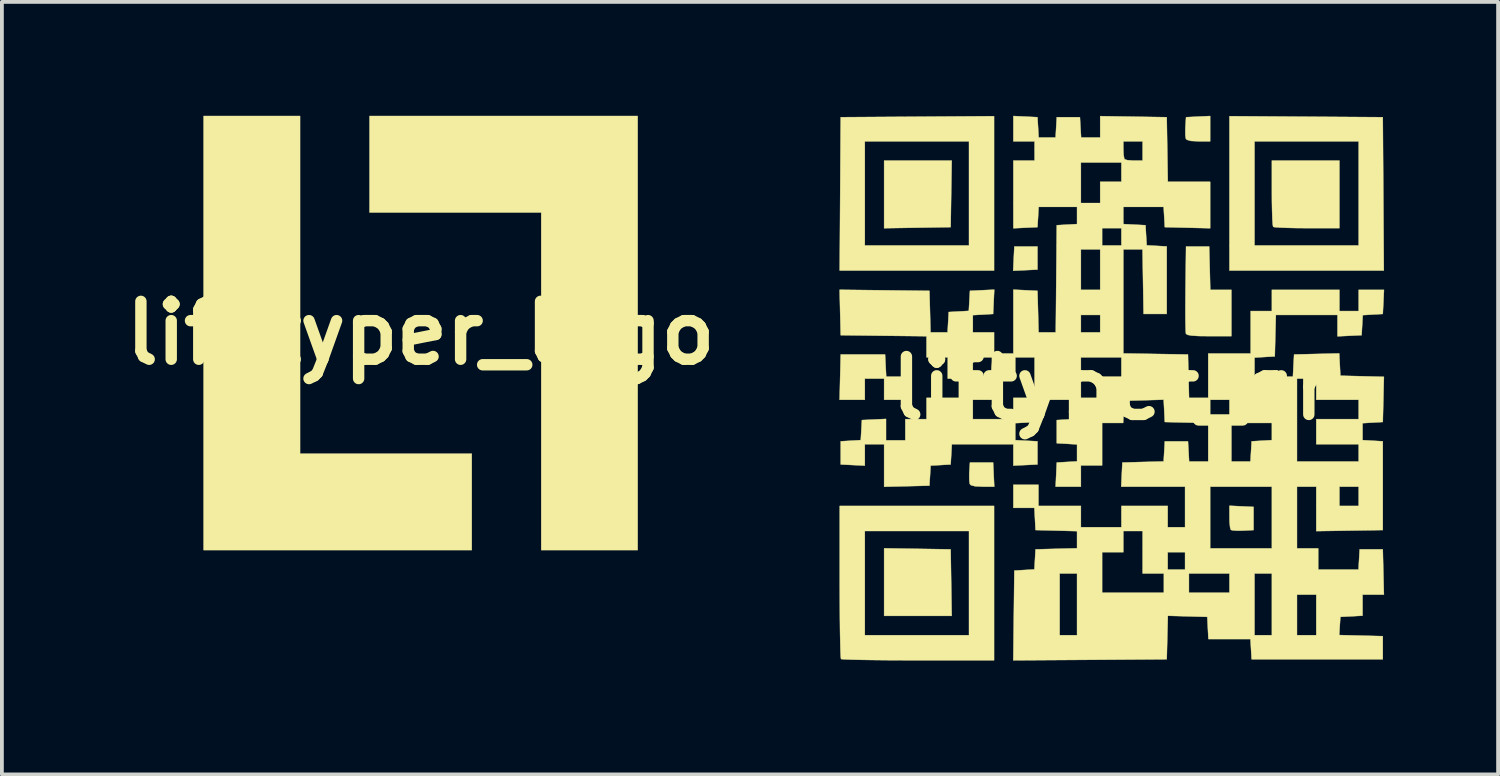
<source format=kicad_pcb>
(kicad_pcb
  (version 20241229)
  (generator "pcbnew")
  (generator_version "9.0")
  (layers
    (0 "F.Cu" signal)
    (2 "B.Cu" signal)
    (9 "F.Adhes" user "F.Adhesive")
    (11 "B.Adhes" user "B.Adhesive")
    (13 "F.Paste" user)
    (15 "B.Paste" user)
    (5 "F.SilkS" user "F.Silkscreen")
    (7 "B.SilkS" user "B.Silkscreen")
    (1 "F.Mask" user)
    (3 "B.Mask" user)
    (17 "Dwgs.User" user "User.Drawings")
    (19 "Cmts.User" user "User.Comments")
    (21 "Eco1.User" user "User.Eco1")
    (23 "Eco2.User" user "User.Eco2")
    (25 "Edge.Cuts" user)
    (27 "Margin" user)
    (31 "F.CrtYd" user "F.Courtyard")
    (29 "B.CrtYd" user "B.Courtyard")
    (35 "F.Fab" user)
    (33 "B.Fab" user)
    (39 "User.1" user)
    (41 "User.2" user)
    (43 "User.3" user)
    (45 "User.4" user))
  (footprint "liftyper_qr"
    (layer "F.Cu")
    (at 26.224 7.173)
    (property "Reference" "liftyper_qr" (at 0 0 0) (layer "F.SilkS") (effects (font (size 1.524 1.524) (thickness 0.3))))
    (attr through_hole)
    (fp_poly (pts (xy -4.242 4.242) (xy -4.228 5.118) (xy -4.214 5.994) (xy -5.994 5.994) (xy -5.994 4.214) (xy -4.242 4.242)) (stroke (width 0.01) (type solid)) (fill yes) (layer "F.SilkS"))
    (fp_poly (pts (xy -4.228 -5.118) (xy -4.242 -4.242) (xy -5.118 -4.228) (xy -5.994 -4.214) (xy -5.994 -5.994) (xy -4.214 -5.994) (xy -4.228 -5.118)) (stroke (width 0.01) (type solid)) (fill yes) (layer "F.SilkS"))
    (fp_poly (pts (xy -1.956 -3.124) (xy -2.276 -3.109) (xy -2.596 -3.094) (xy -2.581 -3.414) (xy -2.565 -3.734) (xy -1.956 -3.734) (xy -1.956 -3.124)) (stroke (width 0.01) (type solid)) (fill yes) (layer "F.SilkS"))
    (fp_poly (pts (xy -3.094 2.591) (xy -3.403 2.591) (xy -3.602 2.581) (xy -3.711 2.551) (xy -3.738 2.521) (xy -3.751 2.431) (xy -3.753 2.283) (xy -3.75 2.203) (xy -3.734 1.956) (xy -3.124 1.956) (xy -3.094 2.591)) (stroke (width 0.01) (type solid)) (fill yes) (layer "F.SilkS"))
    (fp_poly (pts (xy -5.939 -0.305) (xy -5.385 -0.305) (xy -5.385 0.305) (xy -5.994 0.305) (xy -5.994 -0.254) (xy -6.502 -0.254) (xy -6.502 0.305) (xy -7.166 0.305) (xy -7.152 -0.292) (xy -7.137 -0.889) (xy -5.969 -0.889) (xy -5.939 -0.305)) (stroke (width 0.01) (type solid)) (fill yes) (layer "F.SilkS"))
    (fp_poly (pts (xy -3.099 -3.099) (xy -7.164 -3.099) (xy -7.142 -6.502) (xy -6.502 -6.502) (xy -6.502 -3.759) (xy -3.759 -3.759) (xy -3.759 -6.502) (xy -6.502 -6.502) (xy -7.142 -6.502) (xy -7.137 -7.137) (xy -3.099 -7.164) (xy -3.099 -3.099)) (stroke (width 0.01) (type solid)) (fill yes) (layer "F.SilkS"))
    (fp_poly (pts (xy 2.591 -6.502) (xy 2.284 -6.502) (xy 2.086 -6.512) (xy 1.977 -6.543) (xy 1.951 -6.572) (xy 1.938 -6.662) (xy 1.937 -6.81) (xy 1.94 -6.89) (xy 1.956 -7.137) (xy 2.273 -7.153) (xy 2.591 -7.168) (xy 2.591 -6.502)) (stroke (width 0.01) (type solid)) (fill yes) (layer "F.SilkS"))
    (fp_poly (pts (xy 3.416 3.109) (xy 3.734 3.124) (xy 3.734 3.734) (xy 3.452 3.749) (xy 3.291 3.751) (xy 3.173 3.741) (xy 3.135 3.728) (xy 3.115 3.661) (xy 3.102 3.525) (xy 3.099 3.393) (xy 3.099 3.094) (xy 3.416 3.109)) (stroke (width 0.01) (type solid)) (fill yes) (layer "F.SilkS"))
    (fp_poly (pts (xy 7.137 -7.137) (xy 7.151 -5.118) (xy 7.164 -3.099) (xy 3.099 -3.099) (xy 3.099 -6.502) (xy 3.759 -6.502) (xy 3.759 -3.759) (xy 6.502 -3.759) (xy 6.502 -6.502) (xy 3.759 -6.502) (xy 3.099 -6.502) (xy 3.099 -7.164) (xy 7.137 -7.137)) (stroke (width 0.01) (type solid)) (fill yes) (layer "F.SilkS"))
    (fp_poly (pts (xy 5.994 -4.216) (xy 5.139 -4.216) (xy 4.854 -4.218) (xy 4.605 -4.224) (xy 4.41 -4.232) (xy 4.286 -4.242) (xy 4.25 -4.25) (xy 4.239 -4.31) (xy 4.229 -4.454) (xy 4.222 -4.664) (xy 4.217 -4.924) (xy 4.216 -5.139) (xy 4.216 -5.994) (xy 5.994 -5.994) (xy 5.994 -4.216)) (stroke (width 0.01) (type solid)) (fill yes) (layer "F.SilkS"))
    (fp_poly (pts (xy 2.58 -3.162) (xy 2.594 -2.591) (xy 3.15 -2.591) (xy 3.15 -1.372) (xy 2.564 -1.372) (xy 2.287 -1.375) (xy 2.101 -1.387) (xy 1.993 -1.407) (xy 1.953 -1.436) (xy 1.947 -1.504) (xy 1.942 -1.658) (xy 1.939 -1.882) (xy 1.939 -2.161) (xy 1.941 -2.479) (xy 1.942 -2.617) (xy 1.956 -3.734) (xy 2.565 -3.734) (xy 2.58 -3.162)) (stroke (width 0.01) (type solid)) (fill yes) (layer "F.SilkS"))
    (fp_poly (pts (xy -3.099 7.163) (xy -5.097 7.163) (xy -5.538 7.162) (xy -5.947 7.16) (xy -6.313 7.156) (xy -6.624 7.151) (xy -6.871 7.145) (xy -7.041 7.138) (xy -7.123 7.131) (xy -7.129 7.129) (xy -7.136 7.072) (xy -7.143 6.925) (xy -7.149 6.699) (xy -7.155 6.404) (xy -7.159 6.052) (xy -7.161 5.653) (xy -7.163 5.22) (xy -7.163 5.097) (xy -7.163 3.759) (xy -6.502 3.759) (xy -6.502 6.502) (xy -3.759 6.502) (xy -3.759 3.759) (xy -6.502 3.759) (xy -7.163 3.759) (xy -7.163 3.099) (xy -3.099 3.099) (xy -3.099 7.163)) (stroke (width 0.01) (type solid)) (fill yes) (layer "F.SilkS"))
    (fp_poly (pts (xy -2.273 -7.153) (xy -1.956 -7.137) (xy -1.94 -6.871) (xy -1.925 -6.604) (xy -1.479 -6.604) (xy -1.448 -7.137) (xy -0.838 -7.137) (xy -0.823 -6.871) (xy -0.807 -6.604) (xy -0.305 -6.604) (xy -0.305 -7.165) (xy 1.448 -7.137) (xy 1.476 -5.436) (xy 2.591 -5.436) (xy 2.591 -4.213) (xy 1.397 -4.242) (xy 1.366 -4.775) (xy 0.305 -4.775) (xy 0.305 -4.323) (xy 0.597 -4.308) (xy 0.889 -4.293) (xy 0.904 -4.028) (xy 0.92 -3.764) (xy 1.184 -3.749) (xy 1.448 -3.734) (xy 1.448 -1.956) (xy 0.838 -1.956) (xy 0.824 -2.807) (xy 0.81 -3.658) (xy 0.305 -3.658) (xy 0.305 -0.917) (xy 1.156 -0.903) (xy 2.007 -0.889) (xy 2.021 -0.318) (xy 2.035 0.254) (xy 2.54 0.254) (xy 2.54 -0.254) (xy 4.877 -0.254) (xy 4.877 1.93) (xy 6.502 1.93) (xy 6.502 1.473) (xy 5.385 1.473) (xy 5.385 0.813) (xy 6.502 0.813) (xy 6.502 0.305) (xy 5.385 0.305) (xy 5.385 -0.254) (xy 4.877 -0.254) (xy 2.54 -0.254) (xy 2.54 -0.914) (xy 3.658 -0.914) (xy 3.658 -2.032) (xy 4.216 -2.032) (xy 4.216 -2.591) (xy 5.994 -2.591) (xy 5.994 -2.032) (xy 6.502 -2.032) (xy 6.502 -2.591) (xy 6.835 -2.591) (xy 7.168 -2.591) (xy 7.153 -2.273) (xy 7.137 -1.956) (xy 6.873 -1.941) (xy 6.609 -1.925) (xy 6.594 -1.661) (xy 6.579 -1.397) (xy 5.944 -1.367) (xy 5.944 -1.93) (xy 4.321 -1.93) (xy 4.307 -1.384) (xy 4.293 -0.838) (xy 4.026 -0.823) (xy 3.759 -0.807) (xy 3.759 -0.305) (xy 4.77 -0.305) (xy 4.785 -0.597) (xy 4.801 -0.889) (xy 5.989 -0.918) (xy 6.02 -0.33) (xy 6.593 -0.316) (xy 7.166 -0.301) (xy 7.152 0.294) (xy 7.137 0.889) (xy 6.871 0.904) (xy 6.604 0.92) (xy 6.604 1.366) (xy 7.137 1.397) (xy 7.137 3.734) (xy 6.261 3.748) (xy 5.385 3.762) (xy 5.385 2.591) (xy 5.994 2.591) (xy 5.994 3.099) (xy 6.502 3.099) (xy 6.502 2.591) (xy 5.994 2.591) (xy 5.385 2.591) (xy 4.877 2.591) (xy 4.877 4.216) (xy 5.436 4.216) (xy 5.436 4.775) (xy 6.497 4.775) (xy 6.528 4.242) (xy 7.137 4.242) (xy 7.166 5.436) (xy 6.604 5.436) (xy 6.604 5.989) (xy 6.312 6.005) (xy 6.02 6.02) (xy 6.004 6.259) (xy 5.989 6.499) (xy 6.563 6.513) (xy 7.137 6.528) (xy 7.137 7.137) (xy 3.683 7.137) (xy 3.652 6.604) (xy 2.545 6.604) (xy 2.515 6.02) (xy 1.477 5.991) (xy 1.448 7.137) (xy -0.572 7.151) (xy -2.593 7.164) (xy -2.579 5.982) (xy -2.566 4.877) (xy -1.372 4.877) (xy -1.372 6.502) (xy -0.914 6.502) (xy -0.914 4.877) (xy -1.372 4.877) (xy -2.566 4.877) (xy -2.565 4.801) (xy -2.037 4.77) (xy -2.011 4.318) (xy -0.254 4.318) (xy -0.254 5.385) (xy 1.372 5.385) (xy 1.372 4.877) (xy 2.032 4.877) (xy 2.032 5.385) (xy 3.099 5.385) (xy 3.099 4.877) (xy 3.759 4.877) (xy 3.759 6.502) (xy 4.216 6.502) (xy 4.216 5.436) (xy 4.877 5.436) (xy 4.877 6.502) (xy 5.385 6.502) (xy 5.385 5.436) (xy 4.877 5.436) (xy 4.216 5.436) (xy 4.216 4.877) (xy 3.759 4.877) (xy 3.099 4.877) (xy 2.032 4.877) (xy 1.372 4.877) (xy 0.813 4.877) (xy 0.813 4.318) (xy 1.473 4.318) (xy 1.473 4.775) (xy 1.93 4.775) (xy 1.93 4.318) (xy 1.473 4.318) (xy 0.813 4.318) (xy 0.813 3.759) (xy 0.305 3.759) (xy 0.305 4.318) (xy -0.254 4.318) (xy -2.011 4.318) (xy -2.007 4.242) (xy -0.914 4.213) (xy -0.914 3.763) (xy -1.46 3.748) (xy -2.007 3.734) (xy -2.022 3.442) (xy -2.037 3.15) (xy -2.591 3.15) (xy -2.591 2.54) (xy -1.93 2.54) (xy -1.93 3.099) (xy -0.813 3.099) (xy -0.813 3.658) (xy 0.254 3.658) (xy 0.254 3.099) (xy 1.473 3.099) (xy 1.473 3.658) (xy 1.93 3.658) (xy 1.93 2.591) (xy 2.591 2.591) (xy 2.591 4.216) (xy 4.216 4.216) (xy 4.216 2.591) (xy 2.591 2.591) (xy 1.93 2.591) (xy 0.249 2.591) (xy 0.264 2.273) (xy 0.279 1.956) (xy 0.823 1.941) (xy 1.366 1.927) (xy 1.382 1.662) (xy 1.397 1.397) (xy 2.007 1.397) (xy 2.022 1.664) (xy 2.037 1.93) (xy 2.54 1.93) (xy 2.54 0.918) (xy 2.408 0.914) (xy 3.15 0.914) (xy 3.15 1.93) (xy 3.652 1.93) (xy 3.683 1.397) (xy 4.216 1.366) (xy 4.216 0.914) (xy 3.15 0.914) (xy 2.408 0.914) (xy 1.968 0.903) (xy 1.397 0.889) (xy 1.382 0.595) (xy 1.367 0.305) (xy 2.591 0.305) (xy 2.591 0.813) (xy 3.099 0.813) (xy 3.099 0.305) (xy 2.591 0.305) (xy 1.367 0.305) (xy 1.366 0.301) (xy 0.848 0.316) (xy 0.33 0.33) (xy 0.315 0.622) (xy 0.3 0.914) (xy -0.254 0.914) (xy -0.254 2.032) (xy -0.813 2.032) (xy -0.813 2.591) (xy -1.478 2.591) (xy -1.463 2.273) (xy -1.448 1.956) (xy -0.914 1.925) (xy -0.914 1.479) (xy -1.181 1.463) (xy -1.448 1.448) (xy -1.448 0.838) (xy -0.914 0.807) (xy -0.914 0.305) (xy -1.42 0.305) (xy -1.925 0.305) (xy -1.941 0.597) (xy -1.956 0.889) (xy -2.54 0.919) (xy -2.54 1.367) (xy -2.248 1.382) (xy -1.956 1.397) (xy -1.956 2.007) (xy -2.591 2.037) (xy -2.591 1.473) (xy -4.211 1.473) (xy -4.226 1.74) (xy -4.242 2.007) (xy -4.506 2.022) (xy -4.77 2.037) (xy -4.785 2.301) (xy -4.801 2.565) (xy -5.994 2.594) (xy -5.994 1.473) (xy -6.502 1.473) (xy -6.502 1.755) (xy -6.502 2.037) (xy -6.82 2.022) (xy -7.137 2.007) (xy -7.137 1.397) (xy -6.609 1.366) (xy -6.579 0.838) (xy -6.261 0.823) (xy -5.944 0.808) (xy -5.944 1.09) (xy -5.944 1.372) (xy -5.436 1.372) (xy -5.436 0.813) (xy -4.877 0.813) (xy -4.877 0.305) (xy -3.658 0.305) (xy -3.658 0.813) (xy -2.591 0.813) (xy -2.591 0.254) (xy -2.032 0.254) (xy -2.032 -0.813) (xy -0.813 -0.813) (xy -0.813 0.254) (xy -0.305 0.254) (xy -0.305 -0.305) (xy 0.254 -0.305) (xy 0.254 -0.813) (xy -0.813 -0.813) (xy -2.032 -0.813) (xy -2.54 -0.813) (xy -2.54 -0.254) (xy -3.099 -0.254) (xy -3.099 0.305) (xy -3.658 0.305) (xy -4.877 0.305) (xy -4.877 0.254) (xy -3.759 0.254) (xy -3.759 -0.254) (xy -4.318 -0.254) (xy -4.318 -0.813) (xy -3.658 -0.813) (xy -3.658 -0.299) (xy -3.175 -0.33) (xy -3.144 -0.813) (xy -3.658 -0.813) (xy -4.318 -0.813) (xy -4.877 -0.813) (xy -4.877 -1.091) (xy -4.877 -1.37) (xy -6.007 -1.383) (xy -7.137 -1.397) (xy -7.152 -1.995) (xy -7.166 -2.593) (xy -5.983 -2.579) (xy -4.801 -2.565) (xy -4.786 -2.019) (xy -4.772 -1.473) (xy -4.323 -1.473) (xy -4.293 -2.007) (xy -3.764 -2.037) (xy -3.734 -2.565) (xy -3.414 -2.581) (xy -3.094 -2.596) (xy -3.109 -2.276) (xy -3.124 -1.956) (xy -3.391 -1.94) (xy -3.658 -1.925) (xy -3.658 -1.473) (xy -3.099 -1.473) (xy -3.099 -0.914) (xy -2.591 -0.914) (xy -2.591 -2.596) (xy -2.273 -2.581) (xy -1.956 -2.565) (xy -1.941 -2.019) (xy -1.927 -1.473) (xy -1.475 -1.473) (xy -1.47 -1.93) (xy -0.813 -1.93) (xy -0.813 -1.473) (xy -0.305 -1.473) (xy -0.305 -1.93) (xy -0.813 -1.93) (xy -1.47 -1.93) (xy -1.454 -3.658) (xy -0.813 -3.658) (xy -0.813 -2.591) (xy -0.305 -2.591) (xy -0.305 -3.658) (xy -0.813 -3.658) (xy -1.454 -3.658) (xy -1.449 -4.216) (xy -0.254 -4.216) (xy -0.254 -3.759) (xy 0.254 -3.759) (xy 0.254 -4.216) (xy -0.254 -4.216) (xy -1.449 -4.216) (xy -1.448 -4.293) (xy -0.914 -4.323) (xy -0.914 -4.775) (xy -1.925 -4.775) (xy -1.94 -4.508) (xy -1.956 -4.242) (xy -2.591 -4.212) (xy -2.591 -5.944) (xy -0.813 -5.944) (xy -0.813 -4.877) (xy -0.305 -4.877) (xy -0.305 -5.436) (xy 0.254 -5.436) (xy 0.254 -5.944) (xy -0.813 -5.944) (xy -2.591 -5.944) (xy -2.591 -5.994) (xy -2.032 -5.994) (xy -2.032 -6.502) (xy 0.305 -6.502) (xy 0.305 -6.282) (xy 0.312 -6.14) (xy 0.33 -6.044) (xy 0.339 -6.028) (xy 0.406 -6.007) (xy 0.536 -5.996) (xy 0.593 -5.994) (xy 0.813 -5.994) (xy 0.813 -6.502) (xy 0.305 -6.502) (xy -2.032 -6.502) (xy -2.591 -6.502) (xy -2.591 -7.168) (xy -2.273 -7.153)) (stroke (width 0.01) (type solid)) (fill yes) (layer "F.SilkS")))
  (footprint "lifetyper_logo"
    (layer "F.Cu")
    (at 8.026 5.72)
    (property "Reference" "lifetyper_logo" (at 0 0 0) (layer "F.SilkS") (effects (font (size 1.524 1.524) (thickness 0.3))))
    (attr through_hole)
    (fp_poly (pts (xy -3.175 3.175) (xy 1.346 3.175) (xy 1.346 5.715) (xy -5.715 5.715) (xy -5.715 -5.715) (xy -3.175 -5.715) (xy -3.175 3.175)) (stroke (width 0.01) (type solid)) (fill yes) (layer "F.SilkS"))
    (fp_poly (pts (xy 5.715 5.715) (xy 3.175 5.715) (xy 3.175 -3.175) (xy -1.346 -3.175) (xy -1.346 -5.715) (xy 5.715 -5.715) (xy 5.715 5.715)) (stroke (width 0.01) (type solid)) (fill yes) (layer "F.SilkS")))
  (gr_rect
    (start -3 -3)
    (end 36.397 17.342)
    (stroke (width 0.1) (type default))
    (fill no)
    (layer "Edge.Cuts")))
</source>
